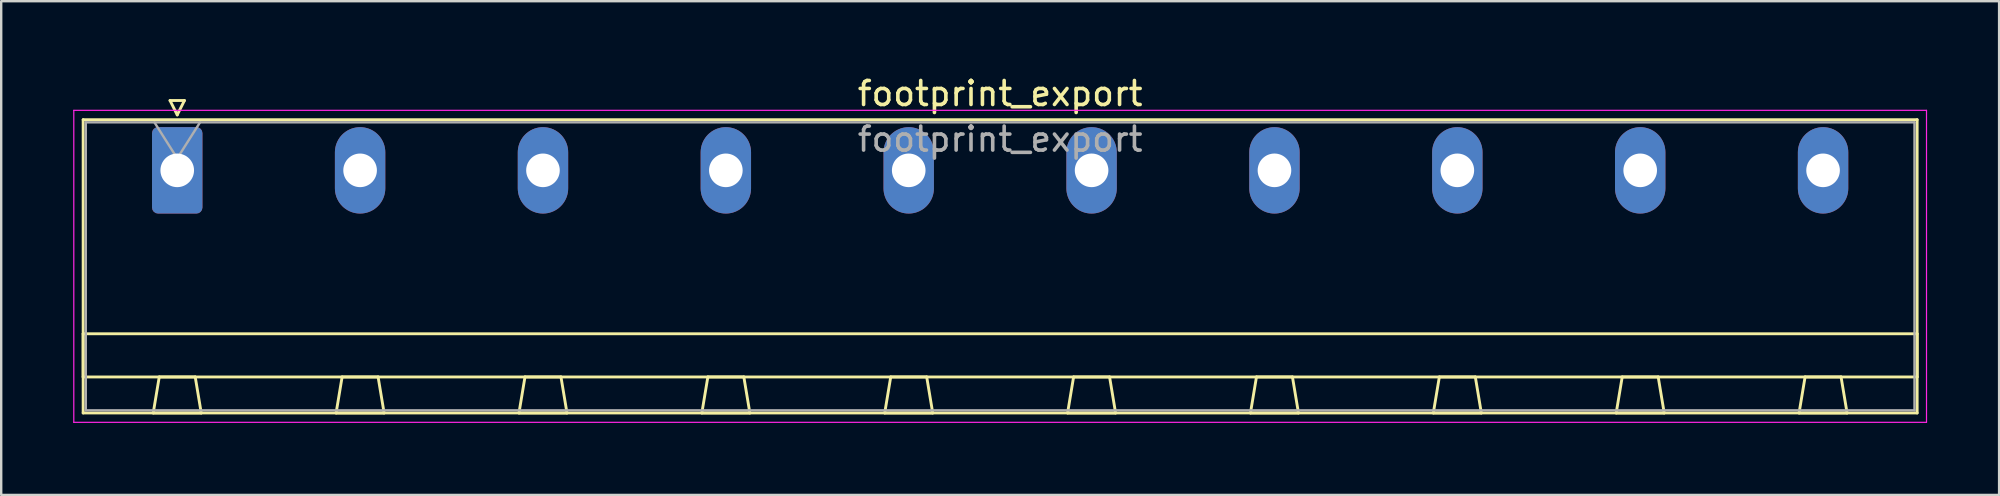
<source format=kicad_pcb>
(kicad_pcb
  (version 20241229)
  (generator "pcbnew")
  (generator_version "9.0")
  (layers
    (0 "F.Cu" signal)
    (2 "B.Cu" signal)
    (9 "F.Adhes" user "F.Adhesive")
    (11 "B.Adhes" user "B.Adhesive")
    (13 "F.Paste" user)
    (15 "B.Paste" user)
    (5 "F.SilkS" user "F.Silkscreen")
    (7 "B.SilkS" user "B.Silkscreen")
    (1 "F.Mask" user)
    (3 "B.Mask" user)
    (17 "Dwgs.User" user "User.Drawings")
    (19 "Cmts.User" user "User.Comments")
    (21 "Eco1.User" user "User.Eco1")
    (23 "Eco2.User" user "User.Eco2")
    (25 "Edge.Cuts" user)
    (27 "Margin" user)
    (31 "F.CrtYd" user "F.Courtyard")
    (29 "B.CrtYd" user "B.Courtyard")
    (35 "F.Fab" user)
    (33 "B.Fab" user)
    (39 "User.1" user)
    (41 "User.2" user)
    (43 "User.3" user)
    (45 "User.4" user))
  (footprint "footprint_export"
    (layer "F.Cu")
    (at 4.335 4.048)
    (property "Reference" "footprint_export" (at 34.29 -3.2 0) (layer "F.SilkS") (effects (font (size 1 1) (thickness 0.15))))
    (attr through_hole)
    (fp_line (start -3.92 -2.11) (end -3.92 10.11) (stroke (width 0.12) (type solid)) (layer "F.SilkS"))
    (fp_line (start -3.92 6.81) (end 72.5 6.81) (stroke (width 0.12) (type solid)) (layer "F.SilkS"))
    (fp_line (start -3.92 8.61) (end -3.92 6.81) (stroke (width 0.12) (type solid)) (layer "F.SilkS"))
    (fp_line (start -3.92 10.11) (end 72.5 10.11) (stroke (width 0.12) (type solid)) (layer "F.SilkS"))
    (fp_line (start -1 10.11) (end 1 10.11) (stroke (width 0.12) (type solid)) (layer "F.SilkS"))
    (fp_line (start -0.75 8.61) (end -1 10.11) (stroke (width 0.12) (type solid)) (layer "F.SilkS"))
    (fp_line (start -0.3 -2.91) (end 0.3 -2.91) (stroke (width 0.12) (type solid)) (layer "F.SilkS"))
    (fp_line (start 0 -2.31) (end -0.3 -2.91) (stroke (width 0.12) (type solid)) (layer "F.SilkS"))
    (fp_line (start 0.3 -2.91) (end 0 -2.31) (stroke (width 0.12) (type solid)) (layer "F.SilkS"))
    (fp_line (start 0.75 8.61) (end -0.75 8.61) (stroke (width 0.12) (type solid)) (layer "F.SilkS"))
    (fp_line (start 1 10.11) (end 0.75 8.61) (stroke (width 0.12) (type solid)) (layer "F.SilkS"))
    (fp_line (start 6.62 10.11) (end 8.62 10.11) (stroke (width 0.12) (type solid)) (layer "F.SilkS"))
    (fp_line (start 6.87 8.61) (end 6.62 10.11) (stroke (width 0.12) (type solid)) (layer "F.SilkS"))
    (fp_line (start 8.37 8.61) (end 6.87 8.61) (stroke (width 0.12) (type solid)) (layer "F.SilkS"))
    (fp_line (start 8.62 10.11) (end 8.37 8.61) (stroke (width 0.12) (type solid)) (layer "F.SilkS"))
    (fp_line (start 14.24 10.11) (end 16.24 10.11) (stroke (width 0.12) (type solid)) (layer "F.SilkS"))
    (fp_line (start 14.49 8.61) (end 14.24 10.11) (stroke (width 0.12) (type solid)) (layer "F.SilkS"))
    (fp_line (start 15.99 8.61) (end 14.49 8.61) (stroke (width 0.12) (type solid)) (layer "F.SilkS"))
    (fp_line (start 16.24 10.11) (end 15.99 8.61) (stroke (width 0.12) (type solid)) (layer "F.SilkS"))
    (fp_line (start 21.86 10.11) (end 23.86 10.11) (stroke (width 0.12) (type solid)) (layer "F.SilkS"))
    (fp_line (start 22.11 8.61) (end 21.86 10.11) (stroke (width 0.12) (type solid)) (layer "F.SilkS"))
    (fp_line (start 23.61 8.61) (end 22.11 8.61) (stroke (width 0.12) (type solid)) (layer "F.SilkS"))
    (fp_line (start 23.86 10.11) (end 23.61 8.61) (stroke (width 0.12) (type solid)) (layer "F.SilkS"))
    (fp_line (start 29.48 10.11) (end 31.48 10.11) (stroke (width 0.12) (type solid)) (layer "F.SilkS"))
    (fp_line (start 29.73 8.61) (end 29.48 10.11) (stroke (width 0.12) (type solid)) (layer "F.SilkS"))
    (fp_line (start 31.23 8.61) (end 29.73 8.61) (stroke (width 0.12) (type solid)) (layer "F.SilkS"))
    (fp_line (start 31.48 10.11) (end 31.23 8.61) (stroke (width 0.12) (type solid)) (layer "F.SilkS"))
    (fp_line (start 37.1 10.11) (end 39.1 10.11) (stroke (width 0.12) (type solid)) (layer "F.SilkS"))
    (fp_line (start 37.35 8.61) (end 37.1 10.11) (stroke (width 0.12) (type solid)) (layer "F.SilkS"))
    (fp_line (start 38.85 8.61) (end 37.35 8.61) (stroke (width 0.12) (type solid)) (layer "F.SilkS"))
    (fp_line (start 39.1 10.11) (end 38.85 8.61) (stroke (width 0.12) (type solid)) (layer "F.SilkS"))
    (fp_line (start 44.72 10.11) (end 46.72 10.11) (stroke (width 0.12) (type solid)) (layer "F.SilkS"))
    (fp_line (start 44.97 8.61) (end 44.72 10.11) (stroke (width 0.12) (type solid)) (layer "F.SilkS"))
    (fp_line (start 46.47 8.61) (end 44.97 8.61) (stroke (width 0.12) (type solid)) (layer "F.SilkS"))
    (fp_line (start 46.72 10.11) (end 46.47 8.61) (stroke (width 0.12) (type solid)) (layer "F.SilkS"))
    (fp_line (start 52.34 10.11) (end 54.34 10.11) (stroke (width 0.12) (type solid)) (layer "F.SilkS"))
    (fp_line (start 52.59 8.61) (end 52.34 10.11) (stroke (width 0.12) (type solid)) (layer "F.SilkS"))
    (fp_line (start 54.09 8.61) (end 52.59 8.61) (stroke (width 0.12) (type solid)) (layer "F.SilkS"))
    (fp_line (start 54.34 10.11) (end 54.09 8.61) (stroke (width 0.12) (type solid)) (layer "F.SilkS"))
    (fp_line (start 59.96 10.11) (end 61.96 10.11) (stroke (width 0.12) (type solid)) (layer "F.SilkS"))
    (fp_line (start 60.21 8.61) (end 59.96 10.11) (stroke (width 0.12) (type solid)) (layer "F.SilkS"))
    (fp_line (start 61.71 8.61) (end 60.21 8.61) (stroke (width 0.12) (type solid)) (layer "F.SilkS"))
    (fp_line (start 61.96 10.11) (end 61.71 8.61) (stroke (width 0.12) (type solid)) (layer "F.SilkS"))
    (fp_line (start 67.58 10.11) (end 69.58 10.11) (stroke (width 0.12) (type solid)) (layer "F.SilkS"))
    (fp_line (start 67.83 8.61) (end 67.58 10.11) (stroke (width 0.12) (type solid)) (layer "F.SilkS"))
    (fp_line (start 69.33 8.61) (end 67.83 8.61) (stroke (width 0.12) (type solid)) (layer "F.SilkS"))
    (fp_line (start 69.58 10.11) (end 69.33 8.61) (stroke (width 0.12) (type solid)) (layer "F.SilkS"))
    (fp_line (start 72.5 -2.11) (end -3.92 -2.11) (stroke (width 0.12) (type solid)) (layer "F.SilkS"))
    (fp_line (start 72.5 6.81) (end 72.5 8.61) (stroke (width 0.12) (type solid)) (layer "F.SilkS"))
    (fp_line (start 72.5 8.61) (end -3.92 8.61) (stroke (width 0.12) (type solid)) (layer "F.SilkS"))
    (fp_line (start 72.5 10.11) (end 72.5 -2.11) (stroke (width 0.12) (type solid)) (layer "F.SilkS"))
    (fp_line (start -4.31 -2.5) (end -4.31 10.5) (stroke (width 0.05) (type solid)) (layer "F.CrtYd"))
    (fp_line (start -4.31 10.5) (end 72.89 10.5) (stroke (width 0.05) (type solid)) (layer "F.CrtYd"))
    (fp_line (start 72.89 -2.5) (end -4.31 -2.5) (stroke (width 0.05) (type solid)) (layer "F.CrtYd"))
    (fp_line (start 72.89 10.5) (end 72.89 -2.5) (stroke (width 0.05) (type solid)) (layer "F.CrtYd"))
    (fp_line (start -3.81 -2) (end -3.81 10) (stroke (width 0.1) (type solid)) (layer "F.Fab"))
    (fp_line (start -3.81 10) (end 72.39 10) (stroke (width 0.1) (type solid)) (layer "F.Fab"))
    (fp_line (start 0 -0.5) (end -0.95 -2) (stroke (width 0.1) (type solid)) (layer "F.Fab"))
    (fp_line (start 0.95 -2) (end 0 -0.5) (stroke (width 0.1) (type solid)) (layer "F.Fab"))
    (fp_line (start 72.39 -2) (end -3.81 -2) (stroke (width 0.1) (type solid)) (layer "F.Fab"))
    (fp_line (start 72.39 10) (end 72.39 -2) (stroke (width 0.1) (type solid)) (layer "F.Fab"))
    (fp_text user "${REFERENCE}" (at 34.29 -1.3 0) (layer "F.Fab") (effects (font (size 1 1) (thickness 0.15))))
    (pad "1" thru_hole roundrect (at 0 0) (size 2.1 3.6) (drill 1.4) (layers "*.Cu" "*.Mask") (roundrect_rratio 0.119))
    (pad "2" thru_hole oval (at 7.62 0) (size 2.1 3.6) (drill 1.4) (layers "*.Cu" "*.Mask"))
    (pad "3" thru_hole oval (at 15.24 0) (size 2.1 3.6) (drill 1.4) (layers "*.Cu" "*.Mask"))
    (pad "4" thru_hole oval (at 22.86 0) (size 2.1 3.6) (drill 1.4) (layers "*.Cu" "*.Mask"))
    (pad "5" thru_hole oval (at 30.48 0) (size 2.1 3.6) (drill 1.4) (layers "*.Cu" "*.Mask"))
    (pad "6" thru_hole oval (at 38.1 0) (size 2.1 3.6) (drill 1.4) (layers "*.Cu" "*.Mask"))
    (pad "7" thru_hole oval (at 45.72 0) (size 2.1 3.6) (drill 1.4) (layers "*.Cu" "*.Mask"))
    (pad "8" thru_hole oval (at 53.34 0) (size 2.1 3.6) (drill 1.4) (layers "*.Cu" "*.Mask"))
    (pad "9" thru_hole oval (at 60.96 0) (size 2.1 3.6) (drill 1.4) (layers "*.Cu" "*.Mask"))
    (pad "10" thru_hole oval (at 68.58 0) (size 2.1 3.6) (drill 1.4) (layers "*.Cu" "*.Mask")))
  (gr_rect
    (start -3 -3)
    (end 80.25 17.573)
    (stroke (width 0.1) (type default))
    (fill no)
    (layer "Edge.Cuts")))
</source>
